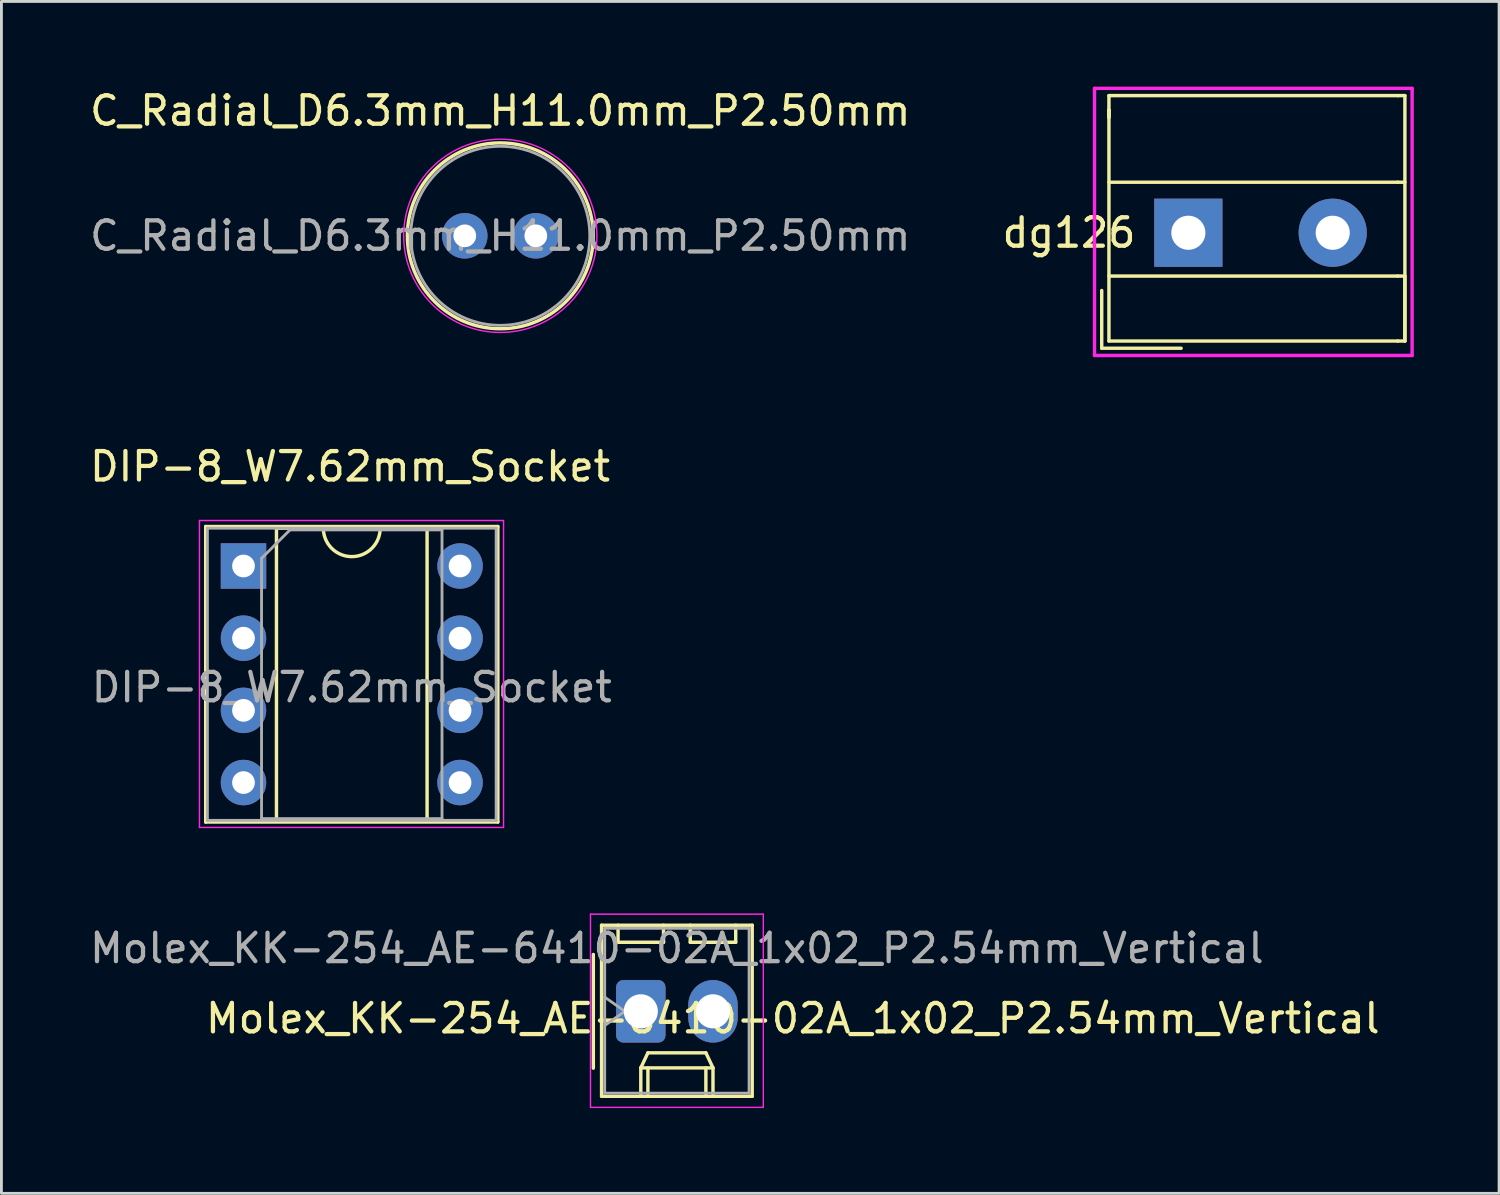
<source format=kicad_pcb>
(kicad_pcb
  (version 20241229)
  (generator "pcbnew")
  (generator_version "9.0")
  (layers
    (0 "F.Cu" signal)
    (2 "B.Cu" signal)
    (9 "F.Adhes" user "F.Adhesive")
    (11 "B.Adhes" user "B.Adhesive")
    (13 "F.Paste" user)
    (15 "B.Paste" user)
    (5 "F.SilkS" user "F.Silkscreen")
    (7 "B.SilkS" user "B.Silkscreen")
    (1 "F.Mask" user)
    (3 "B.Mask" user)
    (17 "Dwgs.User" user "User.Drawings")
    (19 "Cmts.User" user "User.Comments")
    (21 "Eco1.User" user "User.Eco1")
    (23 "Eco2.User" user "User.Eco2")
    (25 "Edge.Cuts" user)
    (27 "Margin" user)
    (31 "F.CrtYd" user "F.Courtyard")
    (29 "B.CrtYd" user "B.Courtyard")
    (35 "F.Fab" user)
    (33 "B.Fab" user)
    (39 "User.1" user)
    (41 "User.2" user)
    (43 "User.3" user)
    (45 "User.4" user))
  (footprint "Molex_KK-254_AE-6410-02A_1x02_P2.54mm_Vertical"
    (layer "F.Cu")
    (at 19.498 32.536)
    (property "Reference" "Molex_KK-254_AE-6410-02A_1x02_P2.54mm_Vertical" (at 5.35 0.25 0) (layer "F.SilkS") (effects (font (size 1 1) (thickness 0.15))))
    (attr through_hole)
    (fp_line (start -1.67 -2) (end -1.67 2) (stroke (width 0.12) (type solid)) (layer "F.SilkS"))
    (fp_line (start -1.38 -3.03) (end -1.38 2.99) (stroke (width 0.12) (type solid)) (layer "F.SilkS"))
    (fp_line (start -1.38 2.99) (end 3.92 2.99) (stroke (width 0.12) (type solid)) (layer "F.SilkS"))
    (fp_line (start -0.8 -3.03) (end -0.8 -2.43) (stroke (width 0.12) (type solid)) (layer "F.SilkS"))
    (fp_line (start -0.8 -2.43) (end 0.8 -2.43) (stroke (width 0.12) (type solid)) (layer "F.SilkS"))
    (fp_line (start 0 1.99) (end 0.25 1.46) (stroke (width 0.12) (type solid)) (layer "F.SilkS"))
    (fp_line (start 0 1.99) (end 2.54 1.99) (stroke (width 0.12) (type solid)) (layer "F.SilkS"))
    (fp_line (start 0 2.99) (end 0 1.99) (stroke (width 0.12) (type solid)) (layer "F.SilkS"))
    (fp_line (start 0.25 1.46) (end 2.29 1.46) (stroke (width 0.12) (type solid)) (layer "F.SilkS"))
    (fp_line (start 0.25 2.99) (end 0.25 1.99) (stroke (width 0.12) (type solid)) (layer "F.SilkS"))
    (fp_line (start 0.8 -2.43) (end 0.8 -3.03) (stroke (width 0.12) (type solid)) (layer "F.SilkS"))
    (fp_line (start 1.74 -3.03) (end 1.74 -2.43) (stroke (width 0.12) (type solid)) (layer "F.SilkS"))
    (fp_line (start 1.74 -2.43) (end 3.34 -2.43) (stroke (width 0.12) (type solid)) (layer "F.SilkS"))
    (fp_line (start 2.29 1.46) (end 2.54 1.99) (stroke (width 0.12) (type solid)) (layer "F.SilkS"))
    (fp_line (start 2.29 2.99) (end 2.29 1.99) (stroke (width 0.12) (type solid)) (layer "F.SilkS"))
    (fp_line (start 2.54 1.99) (end 2.54 2.99) (stroke (width 0.12) (type solid)) (layer "F.SilkS"))
    (fp_line (start 3.34 -2.43) (end 3.34 -3.03) (stroke (width 0.12) (type solid)) (layer "F.SilkS"))
    (fp_line (start 3.92 -3.03) (end -1.38 -3.03) (stroke (width 0.12) (type solid)) (layer "F.SilkS"))
    (fp_line (start 3.92 2.99) (end 3.92 -3.03) (stroke (width 0.12) (type solid)) (layer "F.SilkS"))
    (fp_line (start -1.77 -3.42) (end -1.77 3.38) (stroke (width 0.05) (type solid)) (layer "F.CrtYd"))
    (fp_line (start -1.77 3.38) (end 4.31 3.38) (stroke (width 0.05) (type solid)) (layer "F.CrtYd"))
    (fp_line (start 4.31 -3.42) (end -1.77 -3.42) (stroke (width 0.05) (type solid)) (layer "F.CrtYd"))
    (fp_line (start 4.31 3.38) (end 4.31 -3.42) (stroke (width 0.05) (type solid)) (layer "F.CrtYd"))
    (fp_line (start -1.27 -2.92) (end -1.27 2.88) (stroke (width 0.1) (type solid)) (layer "F.Fab"))
    (fp_line (start -1.27 -0.5) (end -0.563 0) (stroke (width 0.1) (type solid)) (layer "F.Fab"))
    (fp_line (start -1.27 2.88) (end 3.81 2.88) (stroke (width 0.1) (type solid)) (layer "F.Fab"))
    (fp_line (start -0.563 0) (end -1.27 0.5) (stroke (width 0.1) (type solid)) (layer "F.Fab"))
    (fp_line (start 3.81 -2.92) (end -1.27 -2.92) (stroke (width 0.1) (type solid)) (layer "F.Fab"))
    (fp_line (start 3.81 2.88) (end 3.81 -2.92) (stroke (width 0.1) (type solid)) (layer "F.Fab"))
    (fp_text user "${REFERENCE}" (at 1.27 -2.22 180) (layer "F.Fab") (effects (font (size 1 1) (thickness 0.15))))
    (pad "1" thru_hole roundrect (at 0 0) (size 1.74 2.2) (drill 1.2) (layers "*.Cu" "*.Mask") (roundrect_rratio 0.144))
    (pad "2" thru_hole oval (at 2.54 0) (size 1.74 2.2) (drill 1.2) (layers "*.Cu" "*.Mask")))
  (footprint "dg126"
    (layer "F.Cu")
    (at 38.765 5.14)
    (property "Reference" "dg126" (at -4.2 0 0) (layer "F.SilkS") (effects (font (size 1 1) (thickness 0.15))))
    (attr through_hole)
    (fp_line (start -3.048 2.032) (end -3.048 4.064) (stroke (width 0.12) (type solid)) (layer "F.SilkS"))
    (fp_line (start -3.048 4.064) (end -0.254 4.064) (stroke (width 0.12) (type solid)) (layer "F.SilkS"))
    (fp_line (start -2.794 -4.826) (end -2.794 -4.318) (stroke (width 0.12) (type solid)) (layer "F.SilkS"))
    (fp_line (start -2.794 -4.826) (end 7.366 -4.826) (stroke (width 0.12) (type solid)) (layer "F.SilkS"))
    (fp_line (start -2.794 -4.318) (end -2.794 -4.064) (stroke (width 0.12) (type solid)) (layer "F.SilkS"))
    (fp_line (start -2.794 -4.064) (end -2.794 -4.318) (stroke (width 0.12) (type solid)) (layer "F.SilkS"))
    (fp_line (start -2.794 -1.778) (end 7.366 -1.778) (stroke (width 0.12) (type solid)) (layer "F.SilkS"))
    (fp_line (start -2.794 1.524) (end 7.366 1.524) (stroke (width 0.12) (type solid)) (layer "F.SilkS"))
    (fp_line (start -2.794 3.81) (end -2.794 -4.318) (stroke (width 0.12) (type solid)) (layer "F.SilkS"))
    (fp_line (start 7.366 -1.778) (end 7.62 -1.778) (stroke (width 0.12) (type solid)) (layer "F.SilkS"))
    (fp_line (start 7.366 1.524) (end 7.62 1.524) (stroke (width 0.12) (type solid)) (layer "F.SilkS"))
    (fp_line (start 7.366 3.81) (end -2.794 3.81) (stroke (width 0.12) (type solid)) (layer "F.SilkS"))
    (fp_line (start 7.62 -4.826) (end 7.366 -4.826) (stroke (width 0.12) (type solid)) (layer "F.SilkS"))
    (fp_line (start 7.62 1.524) (end 7.62 3.81) (stroke (width 0.12) (type solid)) (layer "F.SilkS"))
    (fp_line (start 7.62 3.81) (end 7.366 3.81) (stroke (width 0.12) (type solid)) (layer "F.SilkS"))
    (fp_line (start 7.62 3.81) (end 7.62 -4.826) (stroke (width 0.12) (type solid)) (layer "F.SilkS"))
    (fp_line (start -3.302 -5.08) (end 7.874 -5.08) (stroke (width 0.12) (type solid)) (layer "F.CrtYd"))
    (fp_line (start -3.302 4.318) (end -3.302 -5.08) (stroke (width 0.12) (type solid)) (layer "F.CrtYd"))
    (fp_line (start 7.874 -5.08) (end 7.874 4.318) (stroke (width 0.12) (type solid)) (layer "F.CrtYd"))
    (fp_line (start 7.874 4.318) (end -3.302 4.318) (stroke (width 0.12) (type solid)) (layer "F.CrtYd"))
    (pad "1" thru_hole rect (at 0 0) (size 2.4 2.4) (drill 1.2) (layers "*.Cu" "*.Mask"))
    (pad "2" thru_hole circle (at 5.08 0) (size 2.4 2.4) (drill 1.2) (layers "*.Cu" "*.Mask")))
  (footprint "C_Radial_D6.3mm_H11.0mm_P2.50mm"
    (layer "F.Cu")
    (at 13.304 5.248)
    (property "Reference" "C_Radial_D6.3mm_H11.0mm_P2.50mm" (at 1.25 -4.4 180) (layer "F.SilkS") (effects (font (size 1 1) (thickness 0.15))))
    (attr through_hole)
    (fp_circle (center 1.25 0) (end 4.52 0) (stroke (width 0.12) (type solid)) (fill no) (layer "F.SilkS"))
    (fp_circle (center 1.25 0) (end 4.65 0) (stroke (width 0.05) (type solid)) (fill no) (layer "F.CrtYd"))
    (fp_circle (center 1.25 0) (end 4.4 0) (stroke (width 0.1) (type solid)) (fill no) (layer "F.Fab"))
    (fp_text user "${REFERENCE}" (at 1.25 0 180) (layer "F.Fab") (effects (font (size 1 1) (thickness 0.15))))
    (pad "1" thru_hole circle (at 0 0) (size 1.6 1.6) (drill 0.8) (layers "*.Cu" "*.Mask"))
    (pad "2" thru_hole circle (at 2.5 0) (size 1.6 1.6) (drill 0.8) (layers "*.Cu" "*.Mask")))
  (footprint "DIP-8_W7.62mm_Socket"
    (layer "F.Cu")
    (at 5.518 16.866)
    (property "Reference" "DIP-8_W7.62mm_Socket" (at 3.75 -3.5 0) (layer "F.SilkS") (effects (font (size 1 1) (thickness 0.15))))
    (attr through_hole)
    (fp_line (start -1.33 -1.39) (end -1.33 9.01) (stroke (width 0.12) (type solid)) (layer "F.SilkS"))
    (fp_line (start -1.33 9.01) (end 8.95 9.01) (stroke (width 0.12) (type solid)) (layer "F.SilkS"))
    (fp_line (start 1.16 -1.33) (end 1.16 8.95) (stroke (width 0.12) (type solid)) (layer "F.SilkS"))
    (fp_line (start 1.16 8.95) (end 6.46 8.95) (stroke (width 0.12) (type solid)) (layer "F.SilkS"))
    (fp_line (start 2.81 -1.33) (end 1.16 -1.33) (stroke (width 0.12) (type solid)) (layer "F.SilkS"))
    (fp_line (start 6.46 -1.33) (end 4.81 -1.33) (stroke (width 0.12) (type solid)) (layer "F.SilkS"))
    (fp_line (start 6.46 8.95) (end 6.46 -1.33) (stroke (width 0.12) (type solid)) (layer "F.SilkS"))
    (fp_line (start 8.95 -1.39) (end -1.33 -1.39) (stroke (width 0.12) (type solid)) (layer "F.SilkS"))
    (fp_line (start 8.95 9.01) (end 8.95 -1.39) (stroke (width 0.12) (type solid)) (layer "F.SilkS"))
    (fp_arc (start 4.81 -1.33) (mid 3.81 -0.33) (end 2.81 -1.33) (stroke (width 0.12) (type solid)) (layer "F.SilkS"))
    (fp_line (start -1.55 -1.6) (end -1.55 9.2) (stroke (width 0.05) (type solid)) (layer "F.CrtYd"))
    (fp_line (start -1.55 9.2) (end 9.15 9.2) (stroke (width 0.05) (type solid)) (layer "F.CrtYd"))
    (fp_line (start 9.15 -1.6) (end -1.55 -1.6) (stroke (width 0.05) (type solid)) (layer "F.CrtYd"))
    (fp_line (start 9.15 9.2) (end 9.15 -1.6) (stroke (width 0.05) (type solid)) (layer "F.CrtYd"))
    (fp_line (start -1.27 -1.33) (end -1.27 8.95) (stroke (width 0.1) (type solid)) (layer "F.Fab"))
    (fp_line (start -1.27 8.95) (end 8.89 8.95) (stroke (width 0.1) (type solid)) (layer "F.Fab"))
    (fp_line (start 0.635 -0.27) (end 1.635 -1.27) (stroke (width 0.1) (type solid)) (layer "F.Fab"))
    (fp_line (start 0.635 8.89) (end 0.635 -0.27) (stroke (width 0.1) (type solid)) (layer "F.Fab"))
    (fp_line (start 1.635 -1.27) (end 6.985 -1.27) (stroke (width 0.1) (type solid)) (layer "F.Fab"))
    (fp_line (start 6.985 -1.27) (end 6.985 8.89) (stroke (width 0.1) (type solid)) (layer "F.Fab"))
    (fp_line (start 6.985 8.89) (end 0.635 8.89) (stroke (width 0.1) (type solid)) (layer "F.Fab"))
    (fp_line (start 8.89 -1.33) (end -1.27 -1.33) (stroke (width 0.1) (type solid)) (layer "F.Fab"))
    (fp_line (start 8.89 8.95) (end 8.89 -1.33) (stroke (width 0.1) (type solid)) (layer "F.Fab"))
    (fp_text user "${REFERENCE}" (at 3.81 4.27 180) (layer "F.Fab") (effects (font (size 1 1) (thickness 0.15))))
    (pad "1" thru_hole rect (at 0 0) (size 1.6 1.6) (drill 0.8) (layers "*.Cu" "*.Mask"))
    (pad "2" thru_hole oval (at 0 2.54) (size 1.6 1.6) (drill 0.8) (layers "*.Cu" "*.Mask"))
    (pad "3" thru_hole oval (at 0 5.08) (size 1.6 1.6) (drill 0.8) (layers "*.Cu" "*.Mask"))
    (pad "4" thru_hole oval (at 0 7.62) (size 1.6 1.6) (drill 0.8) (layers "*.Cu" "*.Mask"))
    (pad "5" thru_hole oval (at 7.62 7.62) (size 1.6 1.6) (drill 0.8) (layers "*.Cu" "*.Mask"))
    (pad "6" thru_hole oval (at 7.62 5.08) (size 1.6 1.6) (drill 0.8) (layers "*.Cu" "*.Mask"))
    (pad "7" thru_hole oval (at 7.62 2.54) (size 1.6 1.6) (drill 0.8) (layers "*.Cu" "*.Mask"))
    (pad "8" thru_hole oval (at 7.62 0) (size 1.6 1.6) (drill 0.8) (layers "*.Cu" "*.Mask")))
  (gr_rect
    (start -3 -3)
    (end 49.699 38.941)
    (stroke (width 0.1) (type default))
    (fill no)
    (layer "Edge.Cuts")))
</source>
